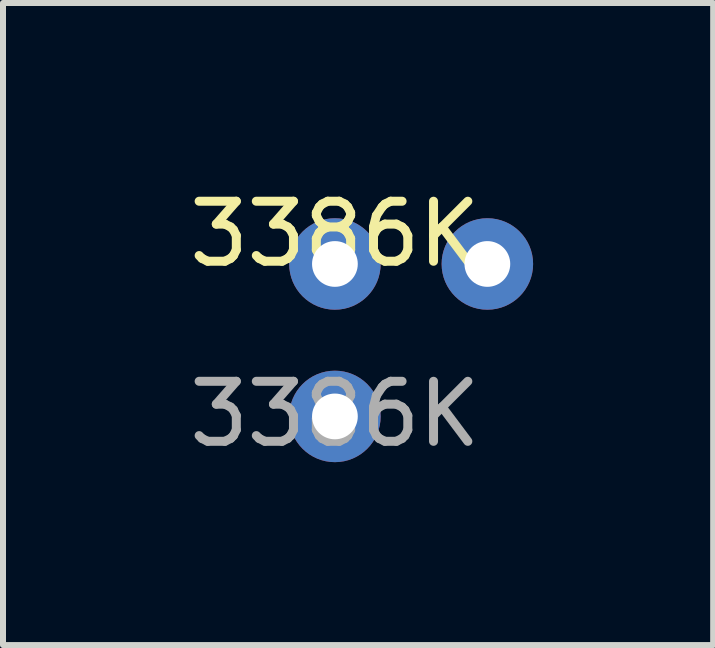
<source format=kicad_pcb>
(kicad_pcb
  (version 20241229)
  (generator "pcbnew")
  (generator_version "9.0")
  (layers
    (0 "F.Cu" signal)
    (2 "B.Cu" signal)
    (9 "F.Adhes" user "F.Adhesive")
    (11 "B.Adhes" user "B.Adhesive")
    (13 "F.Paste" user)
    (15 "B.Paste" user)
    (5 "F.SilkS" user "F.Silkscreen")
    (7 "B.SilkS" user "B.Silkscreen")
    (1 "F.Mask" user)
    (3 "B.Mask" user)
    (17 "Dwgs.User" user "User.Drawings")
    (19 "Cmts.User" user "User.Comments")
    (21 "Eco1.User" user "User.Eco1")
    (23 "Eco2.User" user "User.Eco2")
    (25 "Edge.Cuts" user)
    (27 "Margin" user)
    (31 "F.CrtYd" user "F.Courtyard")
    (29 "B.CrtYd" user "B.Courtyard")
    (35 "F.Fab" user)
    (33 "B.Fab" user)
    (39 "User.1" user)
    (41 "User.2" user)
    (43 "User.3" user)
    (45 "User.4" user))
  (footprint "3386K"
    (layer "F.Cu")
    (at 2.53 1.348)
    (property "Reference" "3386K" (at 0 -0.5 0) (unlocked yes) (layer "F.SilkS") (effects (font (size 1 1) (thickness 0.15))))
    (attr through_hole)
    (fp_text user "${REFERENCE}" (at 0 2.5 0) (unlocked yes) (layer "F.Fab") (effects (font (size 1 1) (thickness 0.15))))
    (pad "1" thru_hole circle (at 2.54 0) (size 1.524 1.524) (drill 0.762) (layers "*.Cu" "*.Mask"))
    (pad "2" thru_hole circle (at 0 0) (size 1.524 1.524) (drill 0.762) (layers "*.Cu" "*.Mask"))
    (pad "3" thru_hole circle (at 0 2.54) (size 1.524 1.524) (drill 0.762) (layers "*.Cu" "*.Mask")))
  (gr_rect
    (start -3 -3)
    (end 8.832 7.697)
    (stroke (width 0.1) (type default))
    (fill no)
    (layer "Edge.Cuts")))
</source>
